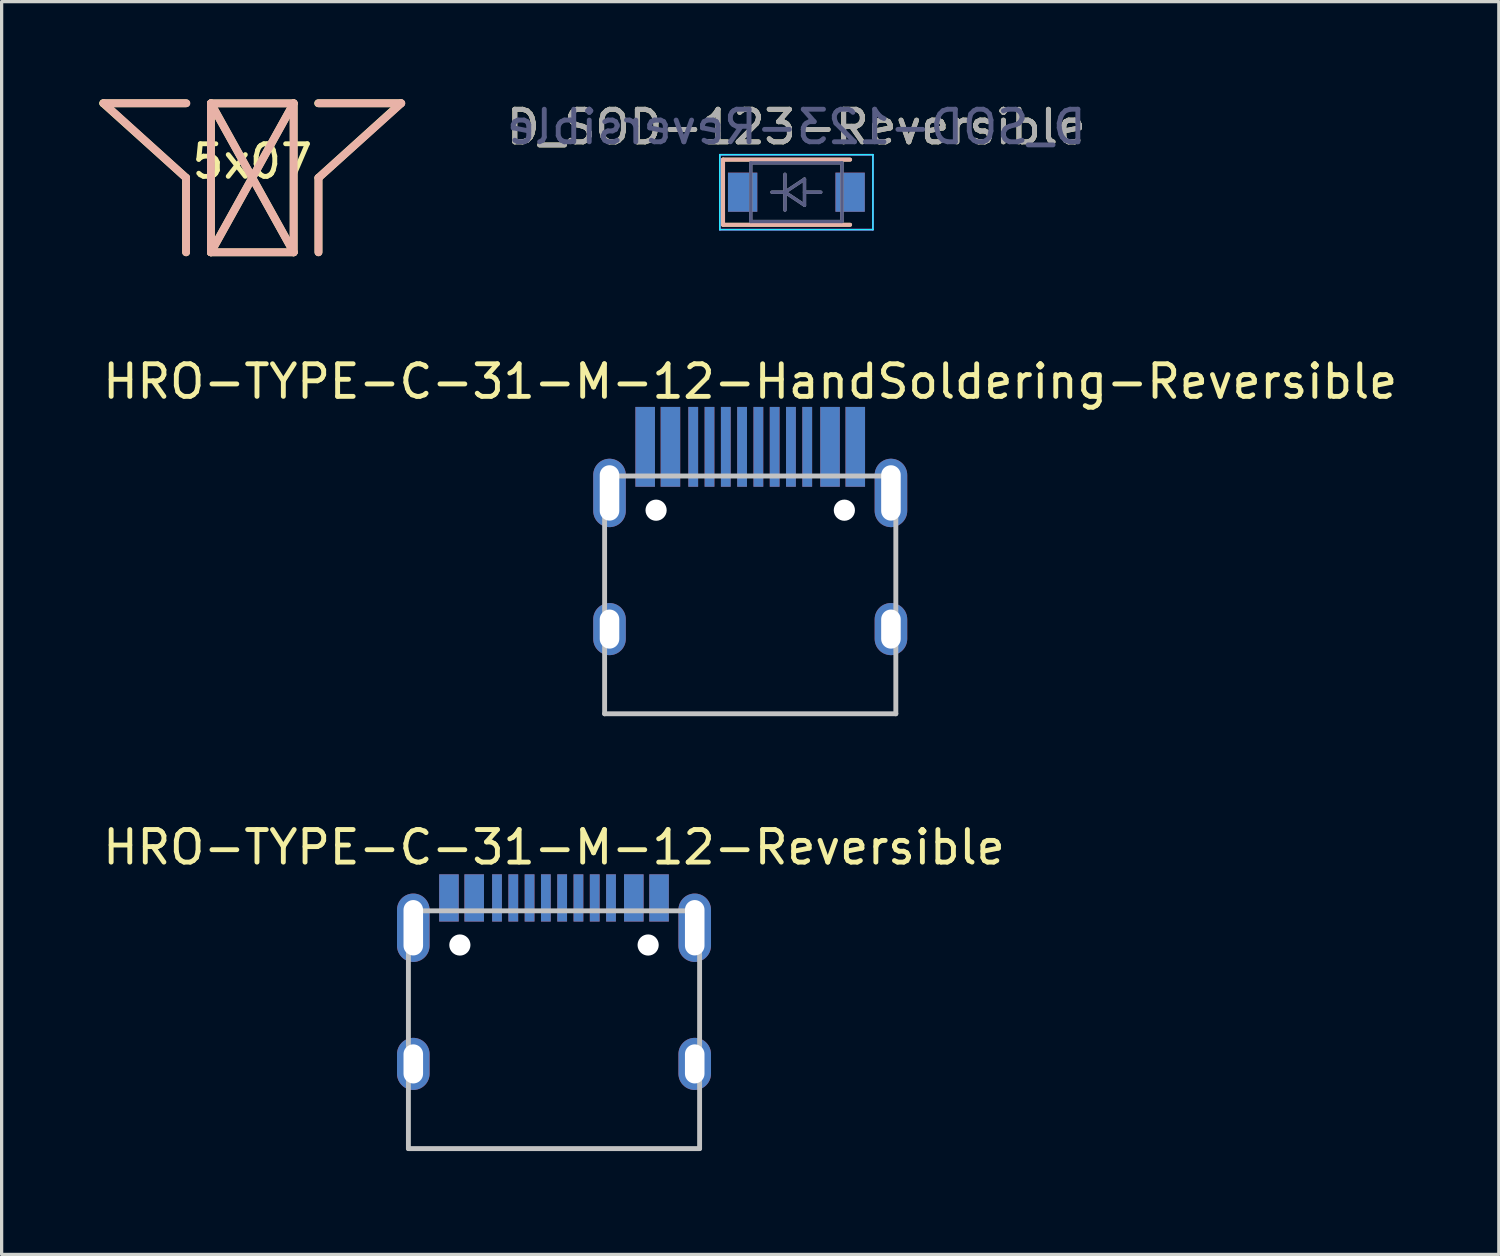
<source format=kicad_pcb>
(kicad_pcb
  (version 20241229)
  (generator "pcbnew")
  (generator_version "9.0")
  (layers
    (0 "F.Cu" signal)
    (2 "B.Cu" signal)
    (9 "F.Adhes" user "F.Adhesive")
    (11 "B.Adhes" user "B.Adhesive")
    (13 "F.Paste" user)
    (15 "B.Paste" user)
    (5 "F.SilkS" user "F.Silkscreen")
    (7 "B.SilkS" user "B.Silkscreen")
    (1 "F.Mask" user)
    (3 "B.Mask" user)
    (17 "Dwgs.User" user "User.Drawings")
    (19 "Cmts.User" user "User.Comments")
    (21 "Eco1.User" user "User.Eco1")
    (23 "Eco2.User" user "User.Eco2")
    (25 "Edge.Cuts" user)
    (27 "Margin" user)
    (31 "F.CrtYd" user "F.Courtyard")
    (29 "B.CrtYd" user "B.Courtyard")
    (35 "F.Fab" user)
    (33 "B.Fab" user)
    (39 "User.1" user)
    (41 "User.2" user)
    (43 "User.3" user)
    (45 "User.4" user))
  (footprint "HRO-TYPE-C-31-M-12-HandSoldering-Reversible"
    (layer "F.Cu")
    (at 19.982 18.863)
    (property "Reference" "HRO-TYPE-C-31-M-12-HandSoldering-Reversible" (at 0 -10.2 0) (layer "F.SilkS") (effects (font (size 1 1) (thickness 0.15))))
    (attr smd)
    (fp_line (start -4.47 -7.3) (end 4.47 -7.3) (stroke (width 0.15) (type solid)) (layer "Dwgs.User"))
    (fp_line (start -4.47 0) (end -4.47 -7.3) (stroke (width 0.15) (type solid)) (layer "Dwgs.User"))
    (fp_line (start -4.47 0) (end 4.47 0) (stroke (width 0.15) (type solid)) (layer "Dwgs.User"))
    (fp_line (start 4.47 0) (end 4.47 -7.3) (stroke (width 0.15) (type solid)) (layer "Dwgs.User"))
    (pad "" np_thru_hole circle (at -2.89 -6.25) (size 0.65 0.65) (drill 0.65) (layers "*.Cu" "*.Mask"))
    (pad "" np_thru_hole circle (at 2.89 -6.25) (size 0.65 0.65) (drill 0.65) (layers "*.Cu" "*.Mask"))
    (pad "1" smd rect (at -3.225 -8.195) (size 0.6 2.45) (layers "F.Cu" "F.Mask" "F.Paste"))
    (pad "1" smd rect (at 3.225 -8.195) (size 0.6 2.45) (layers "B.Cu" "B.Mask" "B.Paste"))
    (pad "2" smd rect (at -2.45 -8.195) (size 0.6 2.45) (layers "F.Cu" "F.Mask" "F.Paste"))
    (pad "2" smd rect (at 2.45 -8.195) (size 0.6 2.45) (layers "B.Cu" "B.Mask" "B.Paste"))
    (pad "3" smd rect (at -1.75 -8.195) (size 0.3 2.45) (layers "F.Cu" "F.Mask" "F.Paste"))
    (pad "3" smd rect (at 1.75 -8.195) (size 0.3 2.45) (layers "B.Cu" "B.Mask" "B.Paste"))
    (pad "4" smd rect (at -1.25 -8.195) (size 0.3 2.45) (layers "F.Cu" "F.Mask" "F.Paste"))
    (pad "4" smd rect (at 1.25 -8.195) (size 0.3 2.45) (layers "B.Cu" "B.Mask" "B.Paste"))
    (pad "5" smd rect (at -0.75 -8.195) (size 0.3 2.45) (layers "F.Cu" "F.Mask" "F.Paste"))
    (pad "5" smd rect (at 0.75 -8.195) (size 0.3 2.45) (layers "B.Cu" "B.Mask" "B.Paste"))
    (pad "6" smd rect (at -0.25 -8.195) (size 0.3 2.45) (layers "F.Cu" "F.Mask" "F.Paste"))
    (pad "6" smd rect (at 0.25 -8.195) (size 0.3 2.45) (layers "B.Cu" "B.Mask" "B.Paste"))
    (pad "7" smd rect (at -0.25 -8.195) (size 0.3 2.45) (layers "B.Cu" "B.Mask" "B.Paste"))
    (pad "7" smd rect (at 0.25 -8.195) (size 0.3 2.45) (layers "F.Cu" "F.Mask" "F.Paste"))
    (pad "8" smd rect (at -0.75 -8.195) (size 0.3 2.45) (layers "B.Cu" "B.Mask" "B.Paste"))
    (pad "8" smd rect (at 0.75 -8.195) (size 0.3 2.45) (layers "F.Cu" "F.Mask" "F.Paste"))
    (pad "9" smd rect (at -1.25 -8.195) (size 0.3 2.45) (layers "B.Cu" "B.Mask" "B.Paste"))
    (pad "9" smd rect (at 1.25 -8.195) (size 0.3 2.45) (layers "F.Cu" "F.Mask" "F.Paste"))
    (pad "10" smd rect (at -1.75 -8.195) (size 0.3 2.45) (layers "B.Cu" "B.Mask" "B.Paste"))
    (pad "10" smd rect (at 1.75 -8.195) (size 0.3 2.45) (layers "F.Cu" "F.Mask" "F.Paste"))
    (pad "11" smd rect (at -2.45 -8.195) (size 0.6 2.45) (layers "B.Cu" "B.Mask" "B.Paste"))
    (pad "11" smd rect (at 2.45 -8.195) (size 0.6 2.45) (layers "F.Cu" "F.Mask" "F.Paste"))
    (pad "12" smd rect (at -3.225 -8.195) (size 0.6 2.45) (layers "B.Cu" "B.Mask" "B.Paste"))
    (pad "12" smd rect (at 3.225 -8.195) (size 0.6 2.45) (layers "F.Cu" "F.Mask" "F.Paste"))
    (pad "13" thru_hole oval (at -4.32 -6.78) (size 1 2.1) (drill oval 0.6 1.7) (layers "*.Cu" "*.Mask"))
    (pad "13" thru_hole oval (at -4.32 -2.6) (size 1 1.6) (drill oval 0.6 1.2) (layers "*.Cu" "*.Mask"))
    (pad "13" thru_hole oval (at 4.32 -6.78) (size 1 2.1) (drill oval 0.6 1.7) (layers "*.Cu" "*.Mask"))
    (pad "13" thru_hole oval (at 4.32 -2.6) (size 1 1.6) (drill oval 0.6 1.2) (layers "*.Cu" "*.Mask")))
  (footprint "HRO-TYPE-C-31-M-12-Reversible"
    (layer "F.Cu")
    (at 13.958 32.212)
    (property "Reference" "HRO-TYPE-C-31-M-12-Reversible" (at 0 -9.25 0) (layer "F.SilkS") (effects (font (size 1 1) (thickness 0.15))))
    (attr smd)
    (fp_line (start -4.47 -7.3) (end 4.47 -7.3) (stroke (width 0.15) (type solid)) (layer "Dwgs.User"))
    (fp_line (start -4.47 0) (end -4.47 -7.3) (stroke (width 0.15) (type solid)) (layer "Dwgs.User"))
    (fp_line (start -4.47 0) (end 4.47 0) (stroke (width 0.15) (type solid)) (layer "Dwgs.User"))
    (fp_line (start 4.47 0) (end 4.47 -7.3) (stroke (width 0.15) (type solid)) (layer "Dwgs.User"))
    (pad "" np_thru_hole circle (at -2.89 -6.25) (size 0.65 0.65) (drill 0.65) (layers "*.Cu" "*.Mask"))
    (pad "" np_thru_hole circle (at 2.89 -6.25) (size 0.65 0.65) (drill 0.65) (layers "*.Cu" "*.Mask"))
    (pad "1" smd rect (at -3.225 -7.695) (size 0.6 1.45) (layers "F.Cu" "F.Mask" "F.Paste"))
    (pad "1" smd rect (at 3.225 -7.695) (size 0.6 1.45) (layers "B.Cu" "B.Mask" "B.Paste"))
    (pad "2" smd rect (at -2.45 -7.695) (size 0.6 1.45) (layers "F.Cu" "F.Mask" "F.Paste"))
    (pad "2" smd rect (at 2.45 -7.695) (size 0.6 1.45) (layers "B.Cu" "B.Mask" "B.Paste"))
    (pad "3" smd rect (at -1.75 -7.695) (size 0.3 1.45) (layers "F.Cu" "F.Mask" "F.Paste"))
    (pad "3" smd rect (at 1.75 -7.695) (size 0.3 1.45) (layers "B.Cu" "B.Mask" "B.Paste"))
    (pad "4" smd rect (at -1.25 -7.695) (size 0.3 1.45) (layers "F.Cu" "F.Mask" "F.Paste"))
    (pad "4" smd rect (at 1.25 -7.695) (size 0.3 1.45) (layers "B.Cu" "B.Mask" "B.Paste"))
    (pad "5" smd rect (at -0.75 -7.695) (size 0.3 1.45) (layers "F.Cu" "F.Mask" "F.Paste"))
    (pad "5" smd rect (at 0.75 -7.695) (size 0.3 1.45) (layers "B.Cu" "B.Mask" "B.Paste"))
    (pad "6" smd rect (at -0.25 -7.695) (size 0.3 1.45) (layers "F.Cu" "F.Mask" "F.Paste"))
    (pad "6" smd rect (at 0.25 -7.695) (size 0.3 1.45) (layers "B.Cu" "B.Mask" "B.Paste"))
    (pad "7" smd rect (at -0.25 -7.695) (size 0.3 1.45) (layers "B.Cu" "B.Mask" "B.Paste"))
    (pad "7" smd rect (at 0.25 -7.695) (size 0.3 1.45) (layers "F.Cu" "F.Mask" "F.Paste"))
    (pad "8" smd rect (at -0.75 -7.695) (size 0.3 1.45) (layers "B.Cu" "B.Mask" "B.Paste"))
    (pad "8" smd rect (at 0.75 -7.695) (size 0.3 1.45) (layers "F.Cu" "F.Mask" "F.Paste"))
    (pad "9" smd rect (at -1.25 -7.695) (size 0.3 1.45) (layers "B.Cu" "B.Mask" "B.Paste"))
    (pad "9" smd rect (at 1.25 -7.695) (size 0.3 1.45) (layers "F.Cu" "F.Mask" "F.Paste"))
    (pad "10" smd rect (at -1.75 -7.695) (size 0.3 1.45) (layers "B.Cu" "B.Mask" "B.Paste"))
    (pad "10" smd rect (at 1.75 -7.695) (size 0.3 1.45) (layers "F.Cu" "F.Mask" "F.Paste"))
    (pad "11" smd rect (at -2.45 -7.695) (size 0.6 1.45) (layers "B.Cu" "B.Mask" "B.Paste"))
    (pad "11" smd rect (at 2.45 -7.695) (size 0.6 1.45) (layers "F.Cu" "F.Mask" "F.Paste"))
    (pad "12" smd rect (at -3.225 -7.695) (size 0.6 1.45) (layers "B.Cu" "B.Mask" "B.Paste"))
    (pad "12" smd rect (at 3.225 -7.695) (size 0.6 1.45) (layers "F.Cu" "F.Mask" "F.Paste"))
    (pad "13" thru_hole oval (at -4.32 -6.78) (size 1 2.1) (drill oval 0.6 1.7) (layers "*.Cu" "B.Mask"))
    (pad "13" thru_hole oval (at -4.32 -2.6) (size 1 1.6) (drill oval 0.6 1.2) (layers "*.Cu" "B.Mask"))
    (pad "13" thru_hole oval (at 4.32 -6.78) (size 1 2.1) (drill oval 0.6 1.7) (layers "*.Cu" "B.Mask"))
    (pad "13" thru_hole oval (at 4.32 -2.6) (size 1 1.6) (drill oval 0.6 1.2) (layers "*.Cu" "B.Mask")))
  (footprint "5x07"
    (layer "F.Cu")
    (at 4.695 2.409)
    (property "Reference" "5x07" (at 0 -0.5 0) (unlocked yes) (layer "F.SilkS") (effects (font (size 1 1) (thickness 0.15))))
    (fp_line (start -2.035 -2.289) (end -4.575 -2.289) (stroke (width 0.24) (type solid)) (layer "F.SilkS"))
    (fp_line (start -2.032 0) (end -4.575 -2.289) (stroke (width 0.24) (type solid)) (layer "F.SilkS"))
    (fp_line (start -2.032 0) (end -2.032 2.286) (stroke (width 0.24) (type solid)) (layer "F.SilkS"))
    (fp_line (start -1.27 -2.286) (end -1.27 2.286) (stroke (width 0.24) (type solid)) (layer "F.SilkS"))
    (fp_line (start -1.27 -2.286) (end 1.27 2.286) (stroke (width 0.24) (type solid)) (layer "F.SilkS"))
    (fp_line (start -1.27 2.286) (end 1.27 -2.286) (stroke (width 0.24) (type solid)) (layer "F.SilkS"))
    (fp_line (start -1.27 2.286) (end 1.27 2.286) (stroke (width 0.24) (type solid)) (layer "F.SilkS"))
    (fp_line (start 1.27 -2.286) (end -1.27 -2.286) (stroke (width 0.24) (type solid)) (layer "F.SilkS"))
    (fp_line (start 1.27 2.286) (end 1.27 -2.286) (stroke (width 0.24) (type solid)) (layer "F.SilkS"))
    (fp_line (start 2.032 0) (end 2.032 2.286) (stroke (width 0.24) (type solid)) (layer "F.SilkS"))
    (fp_line (start 4.562 -2.289) (end 2.022 -2.289) (stroke (width 0.24) (type solid)) (layer "F.SilkS"))
    (fp_line (start 4.562 -2.289) (end 2.032 0) (stroke (width 0.24) (type solid)) (layer "F.SilkS"))
    (fp_line (start -4.562 -2.289) (end -2.032 0) (stroke (width 0.24) (type solid)) (layer "B.SilkS"))
    (fp_line (start -4.562 -2.289) (end -2.022 -2.289) (stroke (width 0.24) (type solid)) (layer "B.SilkS"))
    (fp_line (start -2.032 0) (end -2.032 2.286) (stroke (width 0.24) (type solid)) (layer "B.SilkS"))
    (fp_line (start -1.27 -2.286) (end 1.27 -2.286) (stroke (width 0.24) (type solid)) (layer "B.SilkS"))
    (fp_line (start -1.27 2.286) (end -1.27 -2.286) (stroke (width 0.24) (type solid)) (layer "B.SilkS"))
    (fp_line (start 1.27 -2.286) (end -1.27 2.286) (stroke (width 0.24) (type solid)) (layer "B.SilkS"))
    (fp_line (start 1.27 -2.286) (end 1.27 2.286) (stroke (width 0.24) (type solid)) (layer "B.SilkS"))
    (fp_line (start 1.27 2.286) (end -1.27 -2.286) (stroke (width 0.24) (type solid)) (layer "B.SilkS"))
    (fp_line (start 1.27 2.286) (end -1.27 2.286) (stroke (width 0.24) (type solid)) (layer "B.SilkS"))
    (fp_line (start 2.032 0) (end 2.032 2.286) (stroke (width 0.24) (type solid)) (layer "B.SilkS"))
    (fp_line (start 2.032 0) (end 4.575 -2.289) (stroke (width 0.24) (type solid)) (layer "B.SilkS"))
    (fp_line (start 2.035 -2.289) (end 4.575 -2.289) (stroke (width 0.24) (type solid)) (layer "B.SilkS")))
  (footprint "D_SOD-123-Reversible"
    (layer "F.Cu")
    (at 21.398 2.85)
    (property "Reference" "D_SOD-123-Reversible" (at 0 -2 0) (layer "F.SilkS") (effects (font (size 1 1) (thickness 0.15))))
    (attr smd)
    (fp_line (start -2.25 -1) (end -2.25 1) (stroke (width 0.12) (type solid)) (layer "F.SilkS"))
    (fp_line (start -2.25 -1) (end 1.65 -1) (stroke (width 0.12) (type solid)) (layer "F.SilkS"))
    (fp_line (start -2.25 1) (end 1.65 1) (stroke (width 0.12) (type solid)) (layer "F.SilkS"))
    (fp_line (start -2.249 -0.999) (end 1.651 -0.999) (stroke (width 0.12) (type solid)) (layer "B.SilkS"))
    (fp_line (start -2.249 1.001) (end -2.249 -0.999) (stroke (width 0.12) (type solid)) (layer "B.SilkS"))
    (fp_line (start -2.249 1.001) (end 1.651 1.001) (stroke (width 0.12) (type solid)) (layer "B.SilkS"))
    (fp_line (start -2.349 1.151) (end -2.349 -1.149) (stroke (width 0.05) (type solid)) (layer "B.CrtYd"))
    (fp_line (start -2.349 1.151) (end 2.351 1.151) (stroke (width 0.05) (type solid)) (layer "B.CrtYd"))
    (fp_line (start 2.351 -1.149) (end -2.349 -1.149) (stroke (width 0.05) (type solid)) (layer "B.CrtYd"))
    (fp_line (start 2.351 1.151) (end 2.351 -1.149) (stroke (width 0.05) (type solid)) (layer "B.CrtYd"))
    (fp_line (start -2.35 -1.15) (end -2.35 1.15) (stroke (width 0.05) (type solid)) (layer "F.CrtYd"))
    (fp_line (start -2.35 -1.15) (end 2.35 -1.15) (stroke (width 0.05) (type solid)) (layer "F.CrtYd"))
    (fp_line (start 2.35 -1.15) (end 2.35 1.15) (stroke (width 0.05) (type solid)) (layer "F.CrtYd"))
    (fp_line (start 2.35 1.15) (end -2.35 1.15) (stroke (width 0.05) (type solid)) (layer "F.CrtYd"))
    (fp_line (start -1.399 -0.899) (end -1.399 0.901) (stroke (width 0.1) (type solid)) (layer "B.Fab"))
    (fp_line (start -1.399 0.901) (end 1.401 0.901) (stroke (width 0.1) (type solid)) (layer "B.Fab"))
    (fp_line (start -0.749 0.001) (end -0.349 0.001) (stroke (width 0.1) (type solid)) (layer "B.Fab"))
    (fp_line (start -0.349 0.001) (end -0.349 -0.549) (stroke (width 0.1) (type solid)) (layer "B.Fab"))
    (fp_line (start -0.349 0.001) (end -0.349 0.551) (stroke (width 0.1) (type solid)) (layer "B.Fab"))
    (fp_line (start -0.349 0.001) (end 0.251 0.401) (stroke (width 0.1) (type solid)) (layer "B.Fab"))
    (fp_line (start 0.251 -0.399) (end -0.349 0.001) (stroke (width 0.1) (type solid)) (layer "B.Fab"))
    (fp_line (start 0.251 0.001) (end 0.751 0.001) (stroke (width 0.1) (type solid)) (layer "B.Fab"))
    (fp_line (start 0.251 0.401) (end 0.251 -0.399) (stroke (width 0.1) (type solid)) (layer "B.Fab"))
    (fp_line (start 1.401 -0.899) (end -1.399 -0.899) (stroke (width 0.1) (type solid)) (layer "B.Fab"))
    (fp_line (start 1.401 0.901) (end 1.401 -0.899) (stroke (width 0.1) (type solid)) (layer "B.Fab"))
    (fp_line (start -1.4 -0.9) (end 1.4 -0.9) (stroke (width 0.1) (type solid)) (layer "F.Fab"))
    (fp_line (start -1.4 0.9) (end -1.4 -0.9) (stroke (width 0.1) (type solid)) (layer "F.Fab"))
    (fp_line (start -0.75 0) (end -0.35 0) (stroke (width 0.1) (type solid)) (layer "F.Fab"))
    (fp_line (start -0.35 0) (end -0.35 -0.55) (stroke (width 0.1) (type solid)) (layer "F.Fab"))
    (fp_line (start -0.35 0) (end -0.35 0.55) (stroke (width 0.1) (type solid)) (layer "F.Fab"))
    (fp_line (start -0.35 0) (end 0.25 -0.4) (stroke (width 0.1) (type solid)) (layer "F.Fab"))
    (fp_line (start 0.25 -0.4) (end 0.25 0.4) (stroke (width 0.1) (type solid)) (layer "F.Fab"))
    (fp_line (start 0.25 0) (end 0.75 0) (stroke (width 0.1) (type solid)) (layer "F.Fab"))
    (fp_line (start 0.25 0.4) (end -0.35 0) (stroke (width 0.1) (type solid)) (layer "F.Fab"))
    (fp_line (start 1.4 -0.9) (end 1.4 0.9) (stroke (width 0.1) (type solid)) (layer "F.Fab"))
    (fp_line (start 1.4 0.9) (end -1.4 0.9) (stroke (width 0.1) (type solid)) (layer "F.Fab"))
    (fp_text user "${REFERENCE}" (at -0.001 -2.002 0) (layer "B.Fab") (effects (font (size 1 1) (thickness 0.15)) (justify mirror)))
    (fp_text user "${REFERENCE}" (at 0 -2 0) (layer "F.Fab") (effects (font (size 1 1) (thickness 0.15))))
    (pad "1" smd rect (at -1.65 0) (size 0.9 1.2) (layers "F.Cu" "F.Mask" "F.Paste"))
    (pad "1" smd rect (at -1.649 0.001 180) (size 0.9 1.2) (layers "B.Cu" "B.Mask" "B.Paste"))
    (pad "2" smd rect (at 1.65 0) (size 0.9 1.2) (layers "F.Cu" "F.Mask" "F.Paste"))
    (pad "2" smd rect (at 1.651 0.001 180) (size 0.9 1.2) (layers "B.Cu" "B.Mask" "B.Paste")))
  (gr_rect
    (start -3 -3)
    (end 42.964 35.462)
    (stroke (width 0.1) (type default))
    (fill no)
    (layer "Edge.Cuts")))
</source>
